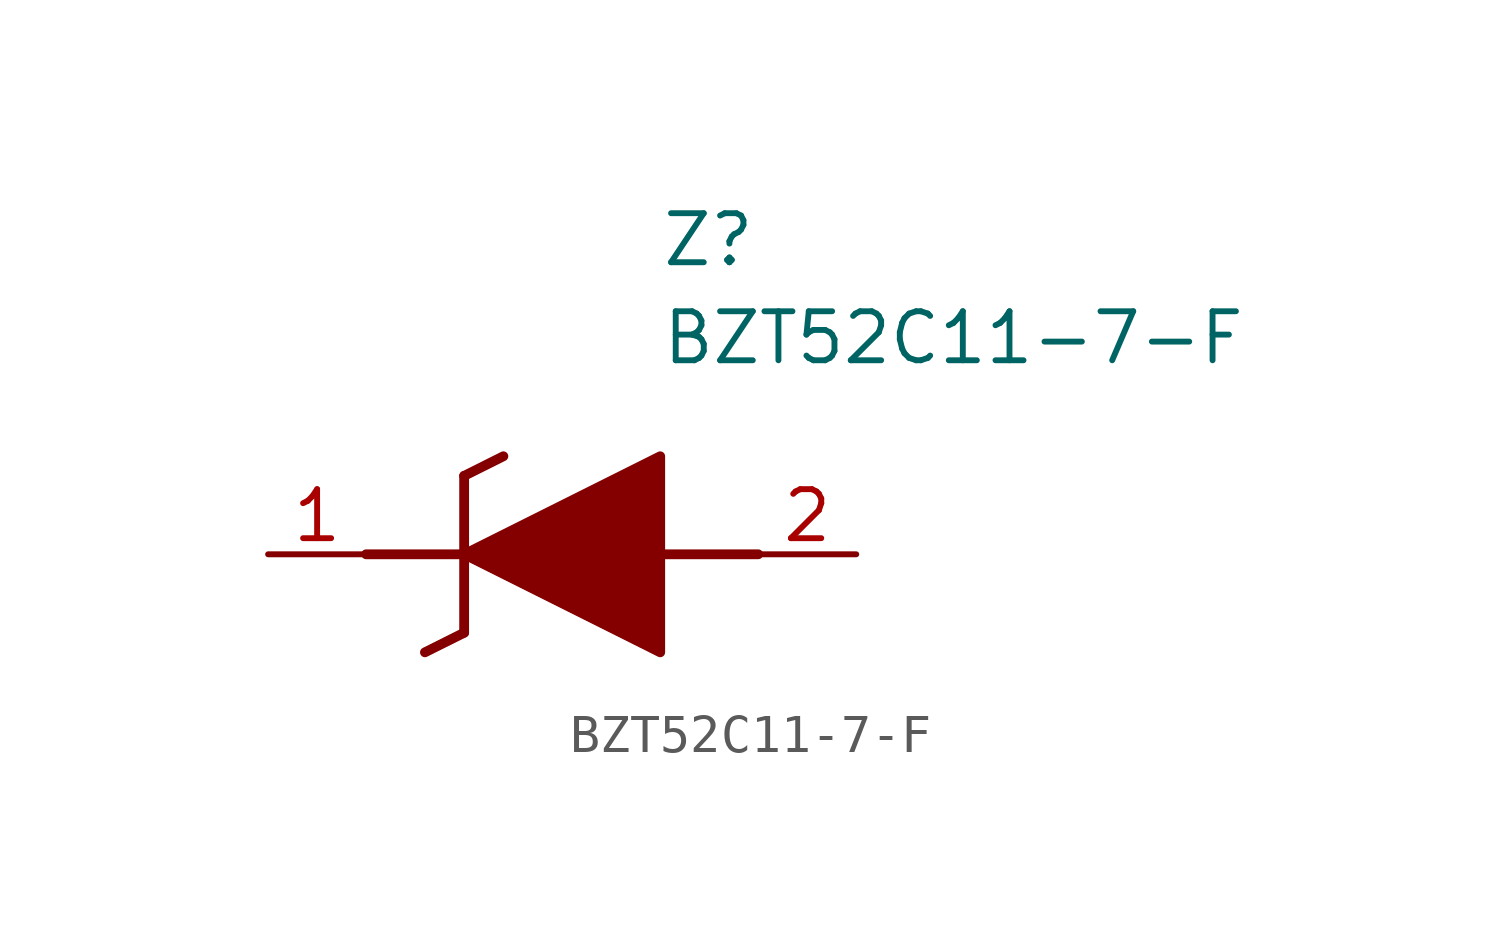
<source format=kicad_sym>
(kicad_symbol_lib
  (version 20211014)
  (generator SamacSys_ECAD_Model)
  (symbol "BZT52C11-7-F"
    (pin_names hide)
    (property "Reference" "Z"
      (at 10.16 8.89 0)
      (effects (font (size 1.27 1.27)) (justify left top)))
    (property "Value" "BZT52C11-7-F"
      (at 10.16 6.35 0)
      (effects (font (size 1.27 1.27)) (justify left top)))
    (polyline
      (pts (xy 5.08 2.032) (xy 5.08 -2.032))
      (stroke (width 0.254) (type default))
      (fill (type none)))
    (polyline
      (pts (xy 5.08 2.032) (xy 6.096 2.54))
      (stroke (width 0.254) (type default))
      (fill (type none)))
    (polyline
      (pts (xy 4.064 -2.54) (xy 5.08 -2.032))
      (stroke (width 0.254) (type default))
      (fill (type none)))
    (polyline
      (pts (xy 2.54 0) (xy 5.08 0))
      (stroke (width 0.254) (type default))
      (fill (type none)))
    (polyline
      (pts (xy 12.7 0) (xy 10.16 0))
      (stroke (width 0.254) (type default))
      (fill (type none)))
    (polyline
      (pts (xy 5.08 0) (xy 10.16 2.54) (xy 10.16 -2.54) (xy 5.08 0))
      (stroke (width 0.254) (type default))
      (fill (type outline)))
    (pin passive line
      (at 0 0 0)
      (length 2.54)
      (name "K" (effects (font (size 1.27 1.27))))
      (number "1" (effects (font (size 1.27 1.27)))))
    (pin passive line
      (at 15.24 0 180)
      (length 2.54)
      (name "A" (effects (font (size 1.27 1.27))))
      (number "2" (effects (font (size 1.27 1.27)))))))
</source>
